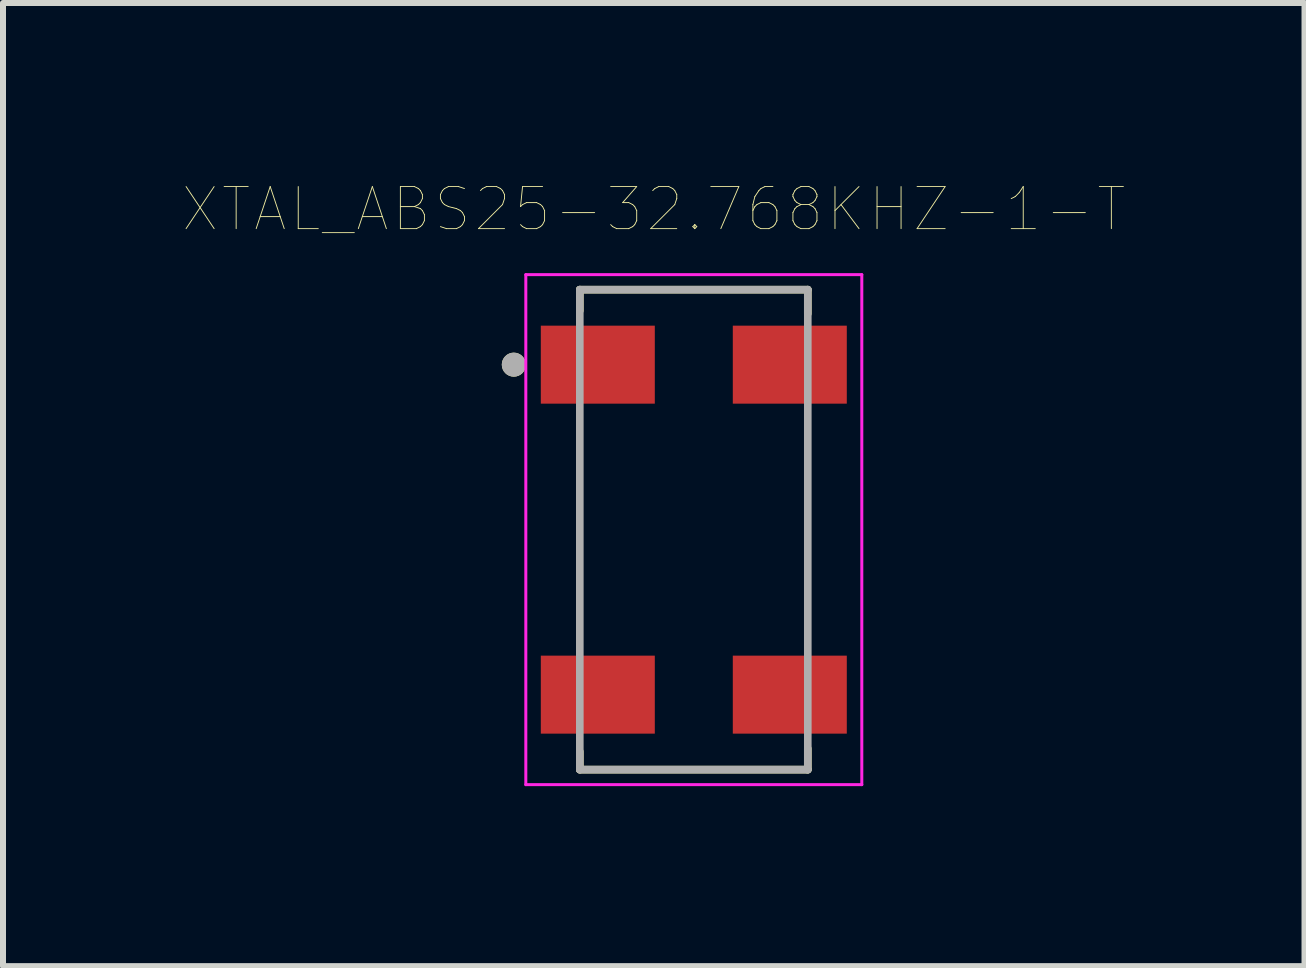
<source format=kicad_pcb>
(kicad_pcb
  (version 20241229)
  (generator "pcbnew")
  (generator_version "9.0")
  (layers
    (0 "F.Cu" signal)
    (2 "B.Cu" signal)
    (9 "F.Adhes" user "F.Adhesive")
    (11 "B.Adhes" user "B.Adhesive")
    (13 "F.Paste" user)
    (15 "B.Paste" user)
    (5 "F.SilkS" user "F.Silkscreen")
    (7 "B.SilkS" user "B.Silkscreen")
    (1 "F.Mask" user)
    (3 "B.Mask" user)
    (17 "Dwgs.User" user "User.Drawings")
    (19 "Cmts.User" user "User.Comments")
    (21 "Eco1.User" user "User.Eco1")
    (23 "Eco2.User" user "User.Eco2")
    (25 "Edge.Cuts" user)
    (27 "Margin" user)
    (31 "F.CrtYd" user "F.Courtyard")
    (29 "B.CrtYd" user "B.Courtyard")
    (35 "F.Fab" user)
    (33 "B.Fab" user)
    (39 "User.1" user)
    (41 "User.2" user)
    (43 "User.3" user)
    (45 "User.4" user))
  (footprint "XTAL_ABS25-32.768KHZ-1-T"
    (layer "F.Cu")
    (at 8.514 5.778)
    (property "Reference" "XTAL_ABS25-32.768KHZ-1-T" (at -0.668 -5.341 0) (layer "F.SilkS") (effects (font (size 0.701 0.701) (thickness 0.015))))
    (attr through_hole)
    (fp_line (start -1.9 -4) (end -1.9 -3.65) (stroke (width 0.127) (type solid)) (layer "F.SilkS"))
    (fp_line (start -1.9 4) (end -1.9 3.7) (stroke (width 0.127) (type solid)) (layer "F.SilkS"))
    (fp_line (start 1.9 -4) (end -1.9 -4) (stroke (width 0.127) (type solid)) (layer "F.SilkS"))
    (fp_line (start 1.9 -3.6) (end 1.9 -4) (stroke (width 0.127) (type solid)) (layer "F.SilkS"))
    (fp_line (start 1.9 3.65) (end 1.9 4) (stroke (width 0.127) (type solid)) (layer "F.SilkS"))
    (fp_line (start 1.9 4) (end -1.9 4) (stroke (width 0.127) (type solid)) (layer "F.SilkS"))
    (fp_circle (center -3 -2.75) (end -2.9 -2.75) (stroke (width 0.2) (type solid)) (fill no) (layer "F.SilkS"))
    (fp_line (start -2.8 -4.25) (end -2.8 4.25) (stroke (width 0.05) (type solid)) (layer "F.CrtYd"))
    (fp_line (start -2.8 4.25) (end 2.8 4.25) (stroke (width 0.05) (type solid)) (layer "F.CrtYd"))
    (fp_line (start 2.8 -4.25) (end -2.8 -4.25) (stroke (width 0.05) (type solid)) (layer "F.CrtYd"))
    (fp_line (start 2.8 4.25) (end 2.8 -4.25) (stroke (width 0.05) (type solid)) (layer "F.CrtYd"))
    (fp_line (start -1.9 -4) (end -1.9 4) (stroke (width 0.127) (type solid)) (layer "F.Fab"))
    (fp_line (start -1.9 4) (end 1.9 4) (stroke (width 0.127) (type solid)) (layer "F.Fab"))
    (fp_line (start 1.9 -4) (end -1.9 -4) (stroke (width 0.127) (type solid)) (layer "F.Fab"))
    (fp_line (start 1.9 4) (end 1.9 -4) (stroke (width 0.127) (type solid)) (layer "F.Fab"))
    (fp_circle (center -3 -2.75) (end -2.9 -2.75) (stroke (width 0.2) (type solid)) (fill no) (layer "F.Fab"))
    (pad "1" smd rect (at -1.6 -2.75) (size 1.9 1.3) (layers "F.Cu" "F.Mask" "F.Paste"))
    (pad "2" smd rect (at -1.6 2.75) (size 1.9 1.3) (layers "F.Cu" "F.Mask" "F.Paste"))
    (pad "3" smd rect (at 1.6 2.75) (size 1.9 1.3) (layers "F.Cu" "F.Mask" "F.Paste"))
    (pad "4" smd rect (at 1.6 -2.75) (size 1.9 1.3) (layers "F.Cu" "F.Mask" "F.Paste")))
  (gr_rect
    (start -3 -3)
    (end 18.693 13.053)
    (stroke (width 0.1) (type default))
    (fill no)
    (layer "Edge.Cuts")))
</source>
